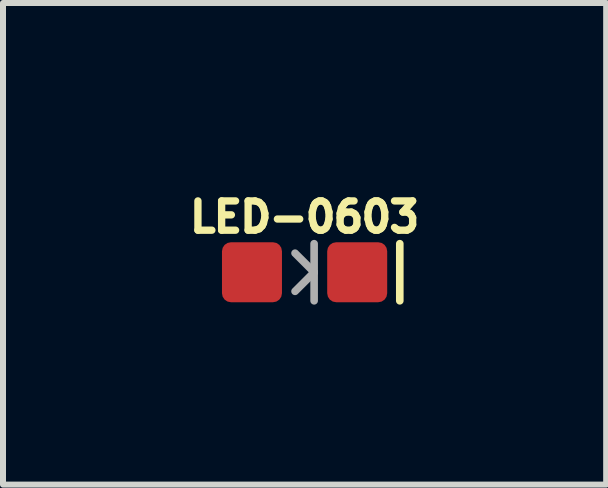
<source format=kicad_pcb>
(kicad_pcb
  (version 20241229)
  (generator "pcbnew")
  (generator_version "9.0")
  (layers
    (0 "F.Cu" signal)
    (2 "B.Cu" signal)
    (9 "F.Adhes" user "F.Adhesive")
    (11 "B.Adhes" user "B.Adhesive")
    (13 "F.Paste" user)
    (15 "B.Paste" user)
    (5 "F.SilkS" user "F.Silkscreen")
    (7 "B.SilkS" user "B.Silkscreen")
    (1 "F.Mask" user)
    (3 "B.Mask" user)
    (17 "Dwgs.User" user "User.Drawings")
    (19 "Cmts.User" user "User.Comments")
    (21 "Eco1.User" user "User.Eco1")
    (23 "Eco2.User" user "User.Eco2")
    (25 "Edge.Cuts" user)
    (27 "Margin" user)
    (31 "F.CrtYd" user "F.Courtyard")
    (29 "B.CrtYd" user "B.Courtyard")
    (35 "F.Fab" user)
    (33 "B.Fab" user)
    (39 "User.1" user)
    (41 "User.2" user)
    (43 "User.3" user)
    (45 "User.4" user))
  (footprint "LED-0603"
    (layer "F.Cu")
    (at 2.027 1.488)
    (property "Reference" "LED-0603" (at 0 -0.635 0) (unlocked yes) (layer "F.SilkS") (effects (font (size 0.488 0.488) (thickness 0.122)) (justify bottom)))
    (fp_line (start 1.587 -0.476) (end 1.587 0.476) (stroke (width 0.127) (type solid)) (layer "F.SilkS"))
    (fp_line (start 0.159 -0.476) (end 0.159 0) (stroke (width 0.127) (type solid)) (layer "F.Fab"))
    (fp_line (start 0.159 0) (end -0.159 -0.318) (stroke (width 0.127) (type solid)) (layer "F.Fab"))
    (fp_line (start 0.159 0) (end -0.159 0.318) (stroke (width 0.127) (type solid)) (layer "F.Fab"))
    (fp_line (start 0.159 0) (end 0.159 0.476) (stroke (width 0.127) (type solid)) (layer "F.Fab"))
    (pad "A" smd roundrect (at -0.877 0 270) (size 1 1) (layers "F.Cu" "F.Mask" "F.Paste") (roundrect_rratio 0.15))
    (pad "C" smd roundrect (at 0.877 0 270) (size 1 1) (layers "F.Cu" "F.Mask" "F.Paste") (roundrect_rratio 0.15)))
  (gr_rect
    (start -3 -3)
    (end 7.054 5.028)
    (stroke (width 0.1) (type default))
    (fill no)
    (layer "Edge.Cuts")))
</source>
